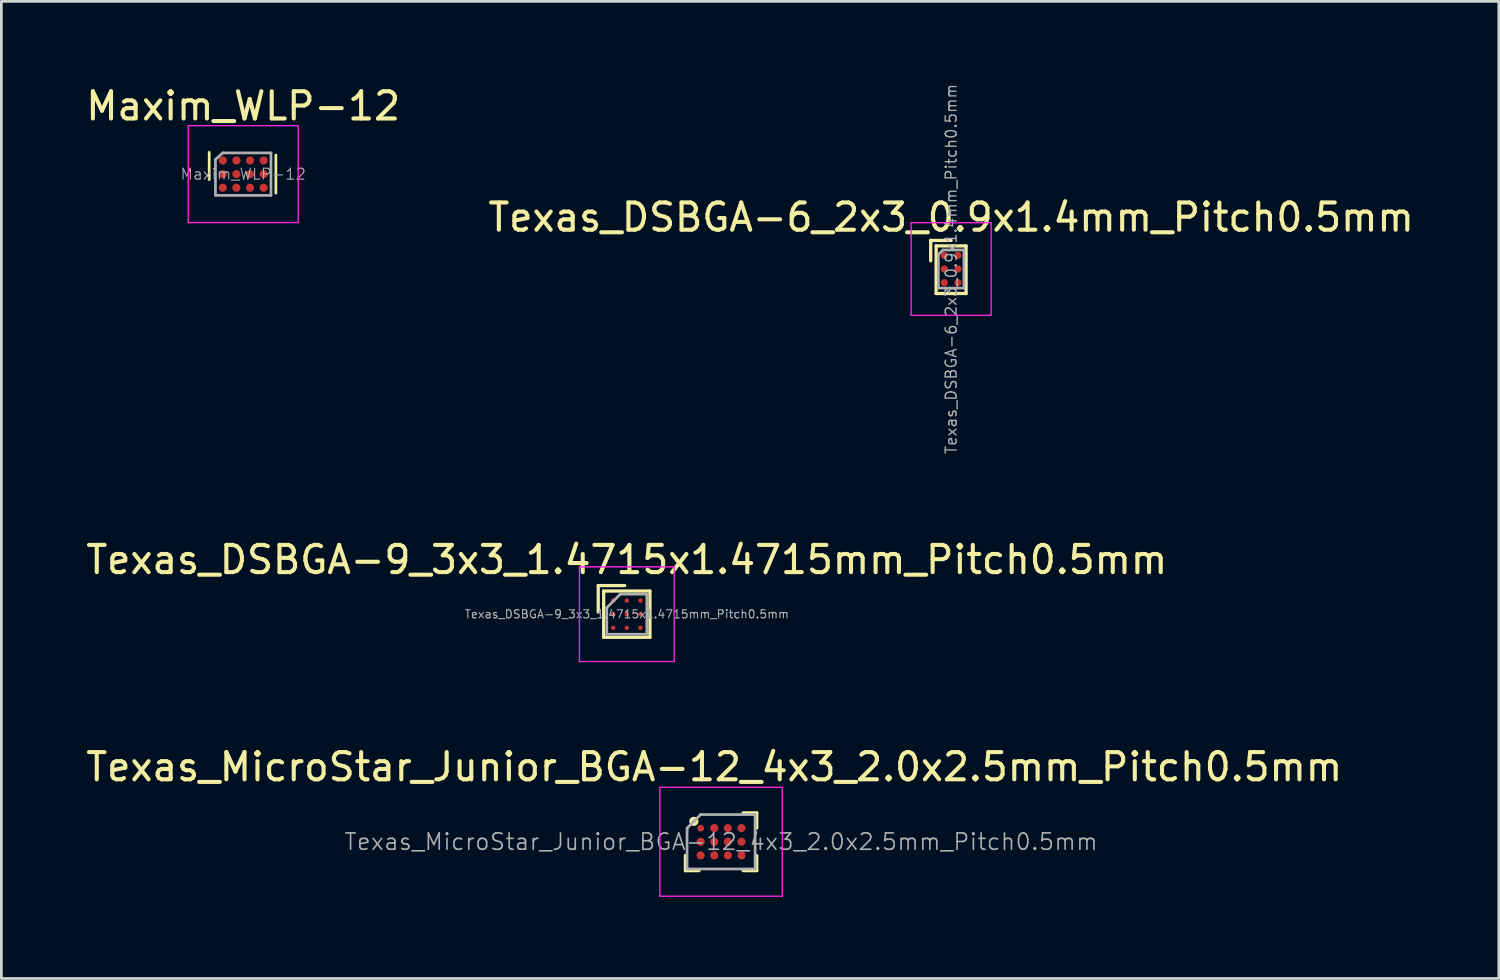
<source format=kicad_pcb>
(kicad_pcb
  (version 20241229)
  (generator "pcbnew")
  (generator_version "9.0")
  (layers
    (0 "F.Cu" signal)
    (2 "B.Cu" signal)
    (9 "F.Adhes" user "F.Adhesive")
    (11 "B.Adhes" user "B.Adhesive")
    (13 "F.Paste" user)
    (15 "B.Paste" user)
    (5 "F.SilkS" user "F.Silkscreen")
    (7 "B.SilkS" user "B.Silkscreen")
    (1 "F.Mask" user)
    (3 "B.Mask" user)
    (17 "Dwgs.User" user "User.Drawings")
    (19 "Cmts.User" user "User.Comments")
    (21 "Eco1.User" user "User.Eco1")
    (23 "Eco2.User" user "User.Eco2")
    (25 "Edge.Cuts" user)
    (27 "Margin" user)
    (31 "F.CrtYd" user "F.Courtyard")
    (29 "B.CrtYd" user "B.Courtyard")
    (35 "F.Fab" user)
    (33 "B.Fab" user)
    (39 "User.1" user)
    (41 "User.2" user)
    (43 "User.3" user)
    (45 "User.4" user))
  (footprint "Texas_MicroStar_Junior_BGA-12_4x3_2.0x2.5mm_Pitch0.5mm"
    (layer "F.Cu")
    (at 23.446 27.881)
    (property "Reference" "Texas_MicroStar_Junior_BGA-12_4x3_2.0x2.5mm_Pitch0.5mm" (at -0.25 -2.75 0) (layer "F.SilkS") (effects (font (size 1 1) (thickness 0.15))))
    (attr smd)
    (fp_line (start -1.31 0.506) (end -1.31 1.06) (stroke (width 0.12) (type solid)) (layer "F.SilkS"))
    (fp_line (start -1.31 1.06) (end -0.81 1.06) (stroke (width 0.12) (type solid)) (layer "F.SilkS"))
    (fp_line (start 0.81 -1.06) (end 1.31 -1.06) (stroke (width 0.12) (type solid)) (layer "F.SilkS"))
    (fp_line (start 1.31 -1.06) (end 1.31 -0.506) (stroke (width 0.12) (type solid)) (layer "F.SilkS"))
    (fp_line (start 1.31 1.06) (end 0.81 1.06) (stroke (width 0.12) (type solid)) (layer "F.SilkS"))
    (fp_line (start 1.31 1.06) (end 1.31 0.506) (stroke (width 0.12) (type solid)) (layer "F.SilkS"))
    (fp_circle (center -1 -0.75) (end -1 -0.7) (stroke (width 0.12) (type solid)) (fill no) (layer "F.SilkS"))
    (fp_line (start -2.25 -2) (end 2.25 -2) (stroke (width 0.05) (type solid)) (layer "F.CrtYd"))
    (fp_line (start -2.25 2) (end -2.25 -2) (stroke (width 0.05) (type solid)) (layer "F.CrtYd"))
    (fp_line (start 2.25 -2) (end 2.25 2) (stroke (width 0.05) (type solid)) (layer "F.CrtYd"))
    (fp_line (start 2.25 2) (end -2.25 2) (stroke (width 0.05) (type solid)) (layer "F.CrtYd"))
    (fp_line (start -1.25 1) (end -1.25 -0.5) (stroke (width 0.1) (type solid)) (layer "F.Fab"))
    (fp_line (start -0.75 -1) (end -1.25 -0.5) (stroke (width 0.1) (type solid)) (layer "F.Fab"))
    (fp_line (start -0.75 -1) (end 1.25 -1) (stroke (width 0.1) (type solid)) (layer "F.Fab"))
    (fp_line (start 1.25 -1) (end 1.25 1) (stroke (width 0.1) (type solid)) (layer "F.Fab"))
    (fp_line (start 1.25 1) (end -1.25 1) (stroke (width 0.1) (type solid)) (layer "F.Fab"))
    (fp_text user "${REFERENCE}" (at 0 0 0) (layer "F.Fab") (effects (font (size 0.6 0.6) (thickness 0.06))))
    (pad "A1" smd circle (at -0.75 -0.5) (size 0.25 0.25) (layers "F.Cu" "F.Mask" "F.Paste"))
    (pad "A2" smd circle (at -0.25 -0.5) (size 0.3 0.3) (layers "F.Cu" "F.Mask" "F.Paste"))
    (pad "A3" smd circle (at 0.25 -0.5) (size 0.3 0.3) (layers "F.Cu" "F.Mask" "F.Paste"))
    (pad "A4" smd circle (at 0.75 -0.5) (size 0.3 0.3) (layers "F.Cu" "F.Mask" "F.Paste"))
    (pad "B1" smd circle (at -0.75 0) (size 0.3 0.3) (layers "F.Cu" "F.Mask" "F.Paste"))
    (pad "B2" smd circle (at -0.25 0) (size 0.3 0.3) (layers "F.Cu" "F.Mask" "F.Paste"))
    (pad "B3" smd circle (at 0.25 0) (size 0.3 0.3) (layers "F.Cu" "F.Mask" "F.Paste"))
    (pad "B4" smd circle (at 0.75 0) (size 0.3 0.3) (layers "F.Cu" "F.Mask" "F.Paste"))
    (pad "C1" smd circle (at -0.75 0.5) (size 0.3 0.3) (layers "F.Cu" "F.Mask" "F.Paste"))
    (pad "C2" smd circle (at -0.25 0.5) (size 0.3 0.3) (layers "F.Cu" "F.Mask" "F.Paste"))
    (pad "C3" smd circle (at 0.25 0.5) (size 0.3 0.3) (layers "F.Cu" "F.Mask" "F.Paste"))
    (pad "C4" smd circle (at 0.75 0.5) (size 0.3 0.3) (layers "F.Cu" "F.Mask" "F.Paste")))
  (footprint "Maxim_WLP-12"
    (layer "F.Cu")
    (at 5.887 3.348)
    (property "Reference" "Maxim_WLP-12" (at 0 -2.5 0) (layer "F.SilkS") (effects (font (size 1 1) (thickness 0.15))))
    (attr smd)
    (fp_line (start -1.25 -0.8) (end -1.25 0.2) (stroke (width 0.1) (type solid)) (layer "F.SilkS"))
    (fp_line (start 1.2 0.7) (end 1.2 -0.7) (stroke (width 0.1) (type solid)) (layer "F.SilkS"))
    (fp_line (start -2.02 -1.78) (end 2.02 -1.78) (stroke (width 0.05) (type solid)) (layer "F.CrtYd"))
    (fp_line (start -2.02 1.78) (end -2.02 -1.78) (stroke (width 0.05) (type solid)) (layer "F.CrtYd"))
    (fp_line (start -2.02 1.78) (end 2.02 1.78) (stroke (width 0.05) (type solid)) (layer "F.CrtYd"))
    (fp_line (start 2.02 -1.78) (end 2.02 1.78) (stroke (width 0.05) (type solid)) (layer "F.CrtYd"))
    (fp_line (start -1.02 0.78) (end -1.02 -0.54) (stroke (width 0.1) (type solid)) (layer "F.Fab"))
    (fp_line (start -1.02 0.78) (end 1.02 0.78) (stroke (width 0.1) (type solid)) (layer "F.Fab"))
    (fp_line (start -0.75 -0.78) (end -1.02 -0.54) (stroke (width 0.1) (type solid)) (layer "F.Fab"))
    (fp_line (start 1.02 -0.78) (end -0.75 -0.78) (stroke (width 0.1) (type solid)) (layer "F.Fab"))
    (fp_line (start 1.02 -0.78) (end 1.02 0.78) (stroke (width 0.1) (type solid)) (layer "F.Fab"))
    (fp_text user "${REFERENCE}" (at 0 0 0) (layer "F.Fab") (effects (font (size 0.4 0.4) (thickness 0.04))))
    (pad "A1" smd circle (at -0.75 -0.5 90) (size 0.3 0.3) (layers "F.Cu" "F.Mask" "F.Paste"))
    (pad "A2" smd circle (at -0.25 -0.5 90) (size 0.3 0.3) (layers "F.Cu" "F.Mask" "F.Paste"))
    (pad "A3" smd circle (at 0.25 -0.5 90) (size 0.3 0.3) (layers "F.Cu" "F.Mask" "F.Paste"))
    (pad "A4" smd circle (at 0.75 -0.5 90) (size 0.3 0.3) (layers "F.Cu" "F.Mask" "F.Paste"))
    (pad "B1" smd circle (at -0.75 0 90) (size 0.3 0.3) (layers "F.Cu" "F.Mask" "F.Paste"))
    (pad "B2" smd circle (at -0.25 0 90) (size 0.3 0.3) (layers "F.Cu" "F.Mask" "F.Paste"))
    (pad "B3" smd circle (at 0.25 0 90) (size 0.3 0.3) (layers "F.Cu" "F.Mask" "F.Paste"))
    (pad "B4" smd circle (at 0.75 0 90) (size 0.3 0.3) (layers "F.Cu" "F.Mask" "F.Paste"))
    (pad "C1" smd circle (at -0.75 0.5 90) (size 0.3 0.3) (layers "F.Cu" "F.Mask" "F.Paste"))
    (pad "C2" smd circle (at -0.25 0.5 90) (size 0.3 0.3) (layers "F.Cu" "F.Mask" "F.Paste"))
    (pad "C3" smd circle (at 0.25 0.5 90) (size 0.3 0.3) (layers "F.Cu" "F.Mask" "F.Paste"))
    (pad "C4" smd circle (at 0.75 0.5 90) (size 0.3 0.3) (layers "F.Cu" "F.Mask" "F.Paste")))
  (footprint "Texas_DSBGA-9_3x3_1.4715x1.4715mm_Pitch0.5mm"
    (layer "F.Cu")
    (at 19.982 19.518)
    (property "Reference" "Texas_DSBGA-9_3x3_1.4715x1.4715mm_Pitch0.5mm" (at 0 -2 0) (layer "F.SilkS") (effects (font (size 1 1) (thickness 0.15))))
    (attr smd)
    (fp_line (start -1.05 -1.05) (end -1.05 -0.075) (stroke (width 0.12) (type solid)) (layer "F.SilkS"))
    (fp_line (start -0.85 -0.85) (end -0.85 0.85) (stroke (width 0.12) (type solid)) (layer "F.SilkS"))
    (fp_line (start -0.85 -0.85) (end 0.85 -0.85) (stroke (width 0.12) (type solid)) (layer "F.SilkS"))
    (fp_line (start -0.075 -1.05) (end -1.05 -1.05) (stroke (width 0.12) (type solid)) (layer "F.SilkS"))
    (fp_line (start 0.85 -0.85) (end 0.85 0.85) (stroke (width 0.12) (type solid)) (layer "F.SilkS"))
    (fp_line (start 0.85 0.85) (end -0.85 0.85) (stroke (width 0.12) (type solid)) (layer "F.SilkS"))
    (fp_line (start -1.74 -1.74) (end -1.74 1.74) (stroke (width 0.05) (type solid)) (layer "F.CrtYd"))
    (fp_line (start -1.74 1.74) (end 1.74 1.74) (stroke (width 0.05) (type solid)) (layer "F.CrtYd"))
    (fp_line (start 1.74 -1.74) (end -1.74 -1.74) (stroke (width 0.05) (type solid)) (layer "F.CrtYd"))
    (fp_line (start 1.74 1.74) (end 1.74 -1.74) (stroke (width 0.05) (type solid)) (layer "F.CrtYd"))
    (fp_line (start -0.736 -0.236) (end -0.736 0.736) (stroke (width 0.1) (type solid)) (layer "F.Fab"))
    (fp_line (start -0.736 -0.236) (end -0.236 -0.736) (stroke (width 0.1) (type solid)) (layer "F.Fab"))
    (fp_line (start -0.736 0.736) (end 0.736 0.736) (stroke (width 0.1) (type solid)) (layer "F.Fab"))
    (fp_line (start 0.736 -0.736) (end -0.236 -0.736) (stroke (width 0.1) (type solid)) (layer "F.Fab"))
    (fp_line (start 0.736 0.736) (end 0.736 -0.736) (stroke (width 0.1) (type solid)) (layer "F.Fab"))
    (fp_text user "${REFERENCE}" (at 0 0 0) (layer "F.Fab") (effects (font (size 0.3 0.3) (thickness 0.04))))
    (pad "" smd rect (at -0.5 -0.5) (size 0.3 0.3) (layers "F.Paste"))
    (pad "" smd rect (at -0.5 0) (size 0.3 0.3) (layers "F.Paste"))
    (pad "" smd rect (at -0.5 0.5) (size 0.3 0.3) (layers "F.Paste"))
    (pad "" smd rect (at 0 -0.5) (size 0.3 0.3) (layers "F.Paste"))
    (pad "" smd rect (at 0 0) (size 0.3 0.3) (layers "F.Paste"))
    (pad "" smd rect (at 0 0.5) (size 0.3 0.3) (layers "F.Paste"))
    (pad "" smd rect (at 0.5 -0.5) (size 0.3 0.3) (layers "F.Paste"))
    (pad "" smd rect (at 0.5 0) (size 0.3 0.3) (layers "F.Paste"))
    (pad "" smd rect (at 0.5 0.5) (size 0.3 0.3) (layers "F.Paste"))
    (pad "A1" smd circle (at -0.5 -0.5) (size 0.165 0.165) (layers "F.Cu" "F.Mask"))
    (pad "A2" smd circle (at 0 -0.5) (size 0.165 0.165) (layers "F.Cu" "F.Mask"))
    (pad "A3" smd circle (at 0.5 -0.5) (size 0.165 0.165) (layers "F.Cu" "F.Mask"))
    (pad "B1" smd circle (at -0.5 0) (size 0.165 0.165) (layers "F.Cu" "F.Mask"))
    (pad "B2" smd circle (at 0 0) (size 0.165 0.165) (layers "F.Cu" "F.Mask"))
    (pad "B3" smd circle (at 0.5 0) (size 0.165 0.165) (layers "F.Cu" "F.Mask" "F.Paste"))
    (pad "C1" smd circle (at -0.5 0.5) (size 0.165 0.165) (layers "F.Cu" "F.Mask"))
    (pad "C2" smd circle (at 0 0.5) (size 0.165 0.165) (layers "F.Cu" "F.Mask"))
    (pad "C3" smd circle (at 0.5 0.5) (size 0.165 0.165) (layers "F.Cu" "F.Mask")))
  (footprint "Texas_DSBGA-6_2x3_0.9x1.4mm_Pitch0.5mm"
    (layer "F.Cu")
    (at 31.899 6.835)
    (property "Reference" "Texas_DSBGA-6_2x3_0.9x1.4mm_Pitch0.5mm" (at 0 -1.9 0) (layer "F.SilkS") (effects (font (size 1 1) (thickness 0.15))))
    (attr smd)
    (fp_line (start -0.75 -1.05) (end -0.75 -0.3) (stroke (width 0.12) (type solid)) (layer "F.SilkS"))
    (fp_line (start -0.55 -0.85) (end -0.55 0.9) (stroke (width 0.12) (type solid)) (layer "F.SilkS"))
    (fp_line (start -0.55 0.9) (end 0.55 0.9) (stroke (width 0.12) (type solid)) (layer "F.SilkS"))
    (fp_line (start 0 -1.05) (end -0.75 -1.05) (stroke (width 0.12) (type solid)) (layer "F.SilkS"))
    (fp_line (start 0.55 -0.85) (end -0.55 -0.85) (stroke (width 0.12) (type solid)) (layer "F.SilkS"))
    (fp_line (start 0.55 -0.85) (end 0.55 0.9) (stroke (width 0.12) (type solid)) (layer "F.SilkS"))
    (fp_line (start -1.47 -1.7) (end -1.47 1.7) (stroke (width 0.05) (type solid)) (layer "F.CrtYd"))
    (fp_line (start -1.47 -1.7) (end 1.47 -1.7) (stroke (width 0.05) (type solid)) (layer "F.CrtYd"))
    (fp_line (start 1.47 1.7) (end -1.47 1.7) (stroke (width 0.05) (type solid)) (layer "F.CrtYd"))
    (fp_line (start 1.47 1.7) (end 1.47 -1.7) (stroke (width 0.05) (type solid)) (layer "F.CrtYd"))
    (fp_line (start -0.47 -0.53) (end -0.47 0.7) (stroke (width 0.1) (type solid)) (layer "F.Fab"))
    (fp_line (start -0.47 -0.53) (end -0.3 -0.7) (stroke (width 0.1) (type solid)) (layer "F.Fab"))
    (fp_line (start -0.47 0.7) (end 0.47 0.7) (stroke (width 0.1) (type solid)) (layer "F.Fab"))
    (fp_line (start 0.47 -0.7) (end -0.3 -0.7) (stroke (width 0.1) (type solid)) (layer "F.Fab"))
    (fp_line (start 0.47 0.7) (end 0.47 -0.7) (stroke (width 0.1) (type solid)) (layer "F.Fab"))
    (fp_text user "${REFERENCE}" (at 0 0 90) (layer "F.Fab") (effects (font (size 0.4 0.4) (thickness 0.05))))
    (pad "" smd rect (at -0.25 -0.5) (size 0.3 0.3) (layers "F.Paste"))
    (pad "" smd rect (at -0.25 0) (size 0.3 0.3) (layers "F.Paste"))
    (pad "" smd rect (at -0.25 0.5) (size 0.3 0.3) (layers "F.Paste"))
    (pad "" smd rect (at 0.25 -0.5) (size 0.3 0.3) (layers "F.Paste"))
    (pad "" smd rect (at 0.25 0) (size 0.3 0.3) (layers "F.Paste"))
    (pad "" smd rect (at 0.25 0.5) (size 0.3 0.3) (layers "F.Paste"))
    (pad "A1" smd circle (at -0.25 -0.5) (size 0.265 0.265) (layers "F.Cu" "F.Mask"))
    (pad "A2" smd circle (at 0.25 -0.5) (size 0.265 0.265) (layers "F.Cu" "F.Mask"))
    (pad "B1" smd circle (at -0.25 0) (size 0.265 0.265) (layers "F.Cu" "F.Mask"))
    (pad "B2" smd circle (at 0.25 0) (size 0.265 0.265) (layers "F.Cu" "F.Mask"))
    (pad "C1" smd circle (at -0.25 0.5) (size 0.265 0.265) (layers "F.Cu" "F.Mask"))
    (pad "C2" smd circle (at 0.25 0.5) (size 0.265 0.265) (layers "F.Cu" "F.Mask")))
  (gr_rect
    (start -3 -3)
    (end 52.024 32.906)
    (stroke (width 0.1) (type default))
    (fill no)
    (layer "Edge.Cuts")))
</source>
